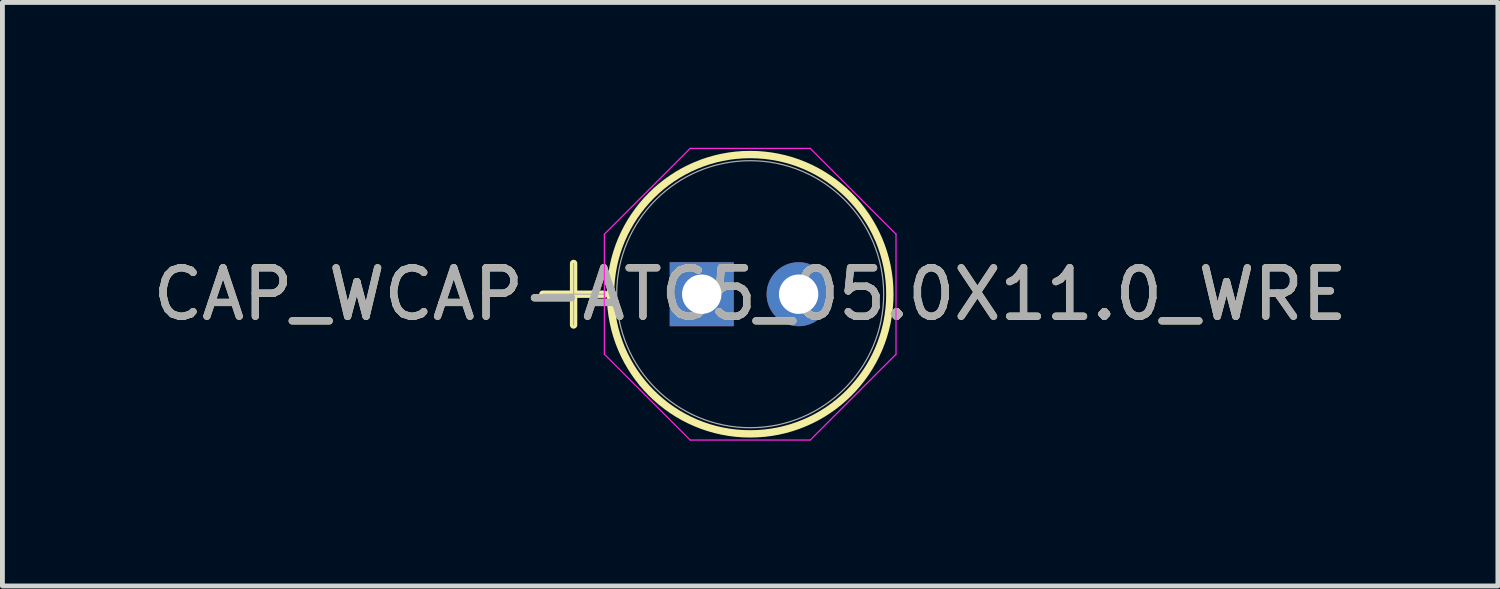
<source format=kicad_pcb>
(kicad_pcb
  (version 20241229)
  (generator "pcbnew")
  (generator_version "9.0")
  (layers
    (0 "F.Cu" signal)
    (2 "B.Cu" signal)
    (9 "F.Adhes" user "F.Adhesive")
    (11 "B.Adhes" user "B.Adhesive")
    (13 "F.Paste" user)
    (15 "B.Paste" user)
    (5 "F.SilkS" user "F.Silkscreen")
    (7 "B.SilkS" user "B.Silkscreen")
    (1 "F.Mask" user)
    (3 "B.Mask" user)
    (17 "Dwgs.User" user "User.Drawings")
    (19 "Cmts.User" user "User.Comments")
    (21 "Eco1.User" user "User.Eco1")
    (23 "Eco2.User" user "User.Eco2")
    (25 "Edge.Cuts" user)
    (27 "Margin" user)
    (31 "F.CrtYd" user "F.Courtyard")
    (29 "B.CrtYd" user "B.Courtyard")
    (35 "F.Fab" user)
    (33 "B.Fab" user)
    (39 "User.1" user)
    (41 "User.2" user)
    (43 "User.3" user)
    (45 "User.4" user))
  (footprint "CAP_WCAP-ATG5_05.0X11.0_WRE"
    (layer "F.Cu")
    (at 11.435 3.023)
    (property "Reference" "CAP_WCAP-ATG5_05.0X11.0_WRE" (at 1 0 0) (unlocked yes) (layer "F.SilkS") (effects (font (size 1 1) (thickness 0.15))))
    (attr through_hole)
    (fp_line (start -3.28 0) (end -2.01 0) (stroke (width 0.152) (type solid)) (layer "F.SilkS"))
    (fp_line (start -2.645 -0.635) (end -2.645 0.635) (stroke (width 0.152) (type solid)) (layer "F.SilkS"))
    (fp_circle (center 1 0) (end 3.883 0) (stroke (width 0.152) (type solid)) (fill no) (layer "F.SilkS"))
    (fp_line (start -2.01 -1.239) (end -0.239 -3.01) (stroke (width 0.025) (type solid)) (layer "F.CrtYd"))
    (fp_line (start -2.01 1.239) (end -2.01 -1.239) (stroke (width 0.025) (type solid)) (layer "F.CrtYd"))
    (fp_line (start -0.239 -3.01) (end 2.239 -3.01) (stroke (width 0.025) (type solid)) (layer "F.CrtYd"))
    (fp_line (start -0.239 3.01) (end -2.01 1.239) (stroke (width 0.025) (type solid)) (layer "F.CrtYd"))
    (fp_line (start 2.239 -3.01) (end 4.01 -1.239) (stroke (width 0.025) (type solid)) (layer "F.CrtYd"))
    (fp_line (start 2.239 3.01) (end -0.239 3.01) (stroke (width 0.025) (type solid)) (layer "F.CrtYd"))
    (fp_line (start 4.01 -1.239) (end 4.01 1.239) (stroke (width 0.025) (type solid)) (layer "F.CrtYd"))
    (fp_line (start 4.01 1.239) (end 2.239 3.01) (stroke (width 0.025) (type solid)) (layer "F.CrtYd"))
    (fp_line (start -3.28 0) (end -2.01 0) (stroke (width 0.025) (type solid)) (layer "F.Fab"))
    (fp_line (start -2.645 -0.635) (end -2.645 0.635) (stroke (width 0.025) (type solid)) (layer "F.Fab"))
    (fp_circle (center 1 0) (end 3.756 0) (stroke (width 0.025) (type solid)) (fill no) (layer "F.Fab"))
    (fp_text user "${REFERENCE}" (at 1 0 0) (unlocked yes) (layer "F.Fab") (effects (font (size 1 1) (thickness 0.15))))
    (pad "1" thru_hole rect (at 0 0) (size 1.321 1.321) (drill 0.813) (layers "*.Cu" "*.Mask"))
    (pad "2" thru_hole circle (at 2 0) (size 1.321 1.321) (drill 0.813) (layers "*.Cu" "*.Mask")))
  (gr_rect
    (start -3 -3)
    (end 27.869 9.045)
    (stroke (width 0.1) (type default))
    (fill no)
    (layer "Edge.Cuts")))
</source>
